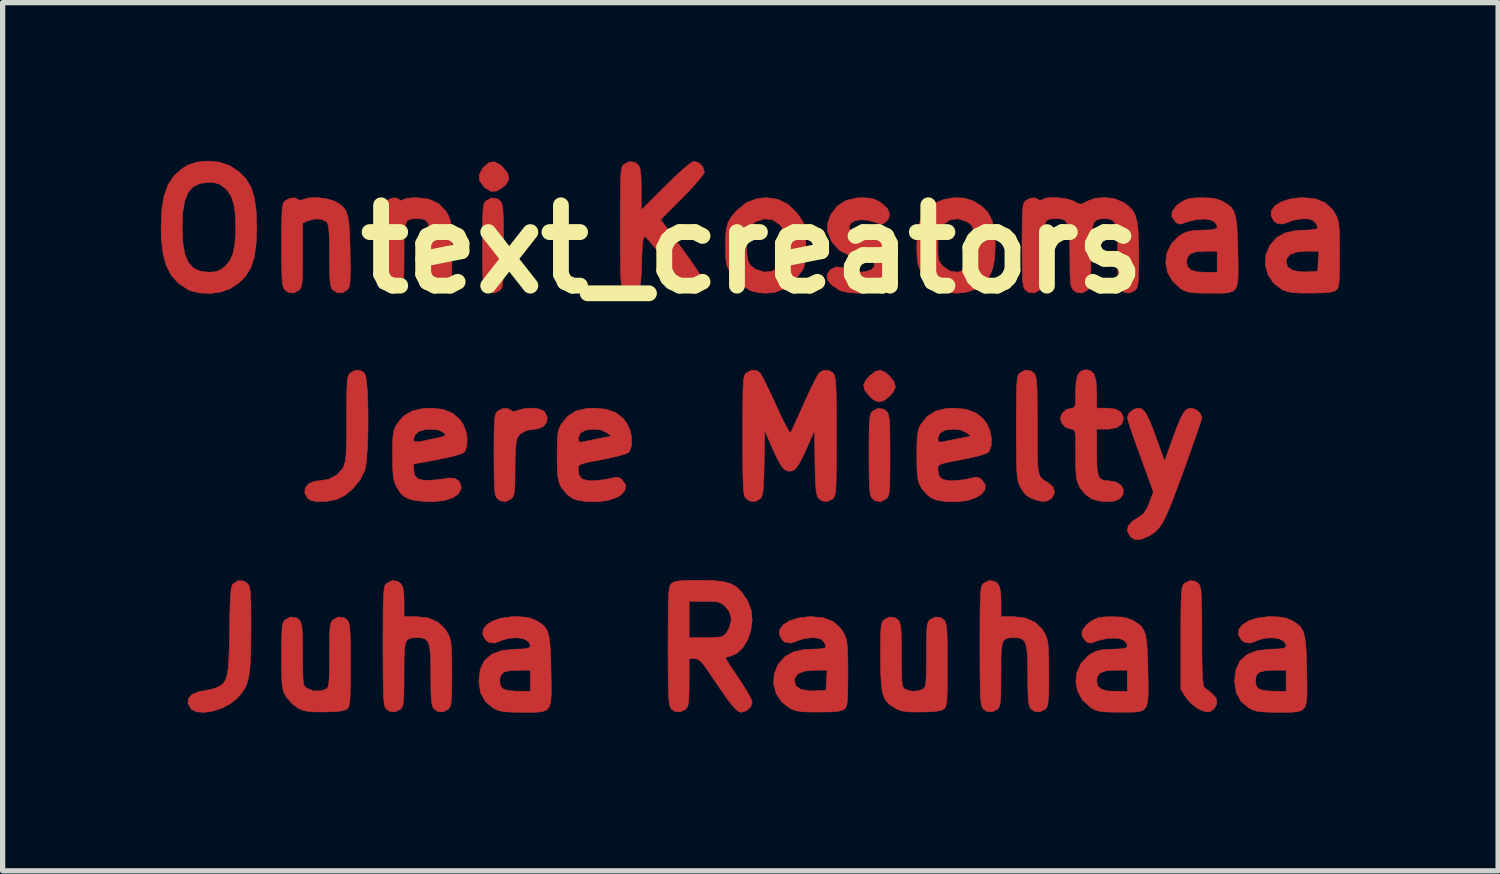
<source format=kicad_pcb>
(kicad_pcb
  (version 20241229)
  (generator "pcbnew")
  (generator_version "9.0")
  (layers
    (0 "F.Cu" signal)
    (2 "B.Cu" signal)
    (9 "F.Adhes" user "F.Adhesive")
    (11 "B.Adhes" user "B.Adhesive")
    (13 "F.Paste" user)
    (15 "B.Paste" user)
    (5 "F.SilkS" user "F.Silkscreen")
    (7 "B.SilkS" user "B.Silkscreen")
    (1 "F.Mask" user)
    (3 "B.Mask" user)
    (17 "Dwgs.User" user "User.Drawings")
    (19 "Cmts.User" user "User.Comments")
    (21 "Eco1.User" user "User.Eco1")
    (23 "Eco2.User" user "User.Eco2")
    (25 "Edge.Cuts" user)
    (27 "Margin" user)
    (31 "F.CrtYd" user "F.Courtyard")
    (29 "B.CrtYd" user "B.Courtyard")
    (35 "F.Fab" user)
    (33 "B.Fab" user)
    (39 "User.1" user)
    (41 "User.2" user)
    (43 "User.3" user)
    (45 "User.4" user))
  (footprint "text_creators"
    (layer "F.Cu")
    (at 11.217 1.678)
    (property "Reference" "text_creators" (at 0 0 0) (layer "F.SilkS") (effects (font (size 1.524 1.524) (thickness 0.3))))
    (attr through_hole)
    (fp_poly (pts (xy -4.789 -1.609) (xy -4.724 -1.549) (xy -4.636 -1.434) (xy -4.616 -1.334) (xy -4.663 -1.238) (xy -4.72 -1.183) (xy -4.843 -1.106) (xy -4.954 -1.099) (xy -5.062 -1.162) (xy -5.091 -1.19) (xy -5.17 -1.301) (xy -5.18 -1.408) (xy -5.121 -1.524) (xy -5.095 -1.558) (xy -4.995 -1.644) (xy -4.896 -1.661) (xy -4.789 -1.609)) (stroke (width 0.01) (type solid)) (fill yes) (layer "F.Cu"))
    (fp_poly (pts (xy 2.532 2.339) (xy 2.605 2.406) (xy 2.693 2.517) (xy 2.714 2.615) (xy 2.669 2.713) (xy 2.602 2.787) (xy 2.49 2.874) (xy 2.393 2.895) (xy 2.294 2.85) (xy 2.221 2.783) (xy 2.133 2.671) (xy 2.112 2.574) (xy 2.157 2.476) (xy 2.224 2.402) (xy 2.336 2.315) (xy 2.433 2.294) (xy 2.532 2.339)) (stroke (width 0.01) (type solid)) (fill yes) (layer "F.Cu"))
    (fp_poly (pts (xy -4.841 -0.961) (xy -4.777 -0.913) (xy -4.757 -0.883) (xy -4.742 -0.835) (xy -4.731 -0.761) (xy -4.724 -0.651) (xy -4.72 -0.496) (xy -4.718 -0.285) (xy -4.717 -0.066) (xy -4.718 0.193) (xy -4.72 0.39) (xy -4.724 0.533) (xy -4.731 0.633) (xy -4.742 0.699) (xy -4.757 0.741) (xy -4.778 0.769) (xy -4.784 0.775) (xy -4.887 0.829) (xy -4.992 0.816) (xy -5.056 0.768) (xy -5.076 0.738) (xy -5.092 0.69) (xy -5.102 0.616) (xy -5.11 0.506) (xy -5.114 0.351) (xy -5.116 0.14) (xy -5.116 -0.079) (xy -5.116 -0.338) (xy -5.114 -0.535) (xy -5.11 -0.679) (xy -5.103 -0.778) (xy -5.092 -0.845) (xy -5.076 -0.887) (xy -5.056 -0.914) (xy -5.05 -0.92) (xy -4.946 -0.974) (xy -4.841 -0.961)) (stroke (width 0.01) (type solid)) (fill yes) (layer "F.Cu"))
    (fp_poly (pts (xy 2.489 3.03) (xy 2.553 3.078) (xy 2.573 3.109) (xy 2.588 3.157) (xy 2.599 3.232) (xy 2.606 3.343) (xy 2.61 3.501) (xy 2.612 3.714) (xy 2.613 3.907) (xy 2.612 4.163) (xy 2.61 4.357) (xy 2.606 4.497) (xy 2.598 4.595) (xy 2.587 4.659) (xy 2.571 4.699) (xy 2.55 4.726) (xy 2.546 4.73) (xy 2.442 4.784) (xy 2.337 4.771) (xy 2.273 4.723) (xy 2.253 4.692) (xy 2.238 4.644) (xy 2.227 4.57) (xy 2.22 4.458) (xy 2.216 4.301) (xy 2.214 4.087) (xy 2.213 3.894) (xy 2.214 3.638) (xy 2.216 3.445) (xy 2.22 3.304) (xy 2.228 3.207) (xy 2.239 3.143) (xy 2.255 3.102) (xy 2.276 3.075) (xy 2.28 3.072) (xy 2.384 3.018) (xy 2.489 3.03)) (stroke (width 0.01) (type solid)) (fill yes) (layer "F.Cu"))
    (fp_poly (pts (xy 8.403 6.296) (xy 8.467 6.344) (xy 8.486 6.372) (xy 8.5 6.415) (xy 8.511 6.483) (xy 8.518 6.584) (xy 8.523 6.726) (xy 8.526 6.919) (xy 8.527 7.171) (xy 8.527 7.34) (xy 8.528 7.645) (xy 8.531 7.884) (xy 8.536 8.064) (xy 8.545 8.189) (xy 8.556 8.268) (xy 8.57 8.306) (xy 8.572 8.308) (xy 8.632 8.356) (xy 8.715 8.419) (xy 8.718 8.421) (xy 8.798 8.515) (xy 8.813 8.617) (xy 8.761 8.712) (xy 8.751 8.721) (xy 8.682 8.767) (xy 8.608 8.773) (xy 8.506 8.737) (xy 8.445 8.706) (xy 8.338 8.628) (xy 8.24 8.521) (xy 8.219 8.491) (xy 8.128 8.347) (xy 8.128 7.372) (xy 8.128 7.079) (xy 8.13 6.85) (xy 8.133 6.677) (xy 8.138 6.55) (xy 8.145 6.462) (xy 8.156 6.404) (xy 8.171 6.366) (xy 8.19 6.342) (xy 8.194 6.337) (xy 8.298 6.283) (xy 8.403 6.296)) (stroke (width 0.01) (type solid)) (fill yes) (layer "F.Cu"))
    (fp_poly (pts (xy -7.417 2.305) (xy -7.353 2.352) (xy -7.331 2.414) (xy -7.313 2.535) (xy -7.3 2.703) (xy -7.291 2.906) (xy -7.287 3.13) (xy -7.287 3.363) (xy -7.292 3.592) (xy -7.302 3.805) (xy -7.316 3.989) (xy -7.335 4.131) (xy -7.354 4.208) (xy -7.443 4.38) (xy -7.574 4.539) (xy -7.726 4.666) (xy -7.882 4.743) (xy -7.893 4.746) (xy -8.084 4.783) (xy -8.249 4.787) (xy -8.375 4.761) (xy -8.431 4.723) (xy -8.487 4.622) (xy -8.478 4.525) (xy -8.414 4.447) (xy -8.302 4.399) (xy -8.216 4.391) (xy -8.034 4.361) (xy -7.879 4.28) (xy -7.768 4.158) (xy -7.756 4.137) (xy -7.735 4.085) (xy -7.719 4.022) (xy -7.707 3.935) (xy -7.7 3.814) (xy -7.695 3.65) (xy -7.693 3.433) (xy -7.693 3.208) (xy -7.692 2.944) (xy -7.69 2.744) (xy -7.686 2.597) (xy -7.68 2.494) (xy -7.669 2.426) (xy -7.654 2.382) (xy -7.635 2.354) (xy -7.626 2.346) (xy -7.522 2.292) (xy -7.417 2.305)) (stroke (width 0.01) (type solid)) (fill yes) (layer "F.Cu"))
    (fp_poly (pts (xy -4.054 3.026) (xy -3.959 3.063) (xy -3.943 3.078) (xy -3.889 3.179) (xy -3.898 3.278) (xy -3.96 3.359) (xy -4.068 3.405) (xy -4.129 3.411) (xy -4.288 3.436) (xy -4.407 3.507) (xy -4.459 3.58) (xy -4.475 3.652) (xy -4.488 3.782) (xy -4.496 3.956) (xy -4.499 4.161) (xy -4.499 4.169) (xy -4.5 4.373) (xy -4.505 4.517) (xy -4.513 4.613) (xy -4.528 4.675) (xy -4.55 4.714) (xy -4.566 4.73) (xy -4.67 4.784) (xy -4.775 4.771) (xy -4.839 4.723) (xy -4.859 4.692) (xy -4.874 4.644) (xy -4.885 4.57) (xy -4.892 4.458) (xy -4.896 4.301) (xy -4.898 4.087) (xy -4.899 3.894) (xy -4.898 3.638) (xy -4.896 3.445) (xy -4.892 3.304) (xy -4.884 3.207) (xy -4.873 3.143) (xy -4.857 3.102) (xy -4.836 3.075) (xy -4.832 3.072) (xy -4.735 3.02) (xy -4.635 3.021) (xy -4.58 3.054) (xy -4.529 3.079) (xy -4.45 3.057) (xy -4.444 3.054) (xy -4.323 3.02) (xy -4.184 3.011) (xy -4.054 3.026)) (stroke (width 0.01) (type solid)) (fill yes) (layer "F.Cu"))
    (fp_poly (pts (xy -9.645 6.291) (xy -9.567 6.344) (xy -9.547 6.374) (xy -9.532 6.421) (xy -9.521 6.494) (xy -9.514 6.603) (xy -9.509 6.757) (xy -9.507 6.965) (xy -9.507 7.208) (xy -9.509 7.518) (xy -9.515 7.765) (xy -9.528 7.96) (xy -9.55 8.113) (xy -9.583 8.235) (xy -9.628 8.335) (xy -9.689 8.423) (xy -9.766 8.511) (xy -9.767 8.512) (xy -9.898 8.618) (xy -10.056 8.701) (xy -10.225 8.757) (xy -10.389 8.782) (xy -10.53 8.774) (xy -10.632 8.727) (xy -10.644 8.715) (xy -10.702 8.613) (xy -10.693 8.519) (xy -10.624 8.441) (xy -10.498 8.389) (xy -10.412 8.374) (xy -10.283 8.351) (xy -10.166 8.316) (xy -10.14 8.305) (xy -10.076 8.269) (xy -10.025 8.225) (xy -9.987 8.162) (xy -9.96 8.073) (xy -9.94 7.948) (xy -9.927 7.778) (xy -9.919 7.555) (xy -9.914 7.27) (xy -9.913 7.222) (xy -9.909 6.95) (xy -9.903 6.742) (xy -9.896 6.588) (xy -9.887 6.48) (xy -9.875 6.408) (xy -9.858 6.363) (xy -9.844 6.342) (xy -9.75 6.285) (xy -9.645 6.291)) (stroke (width 0.01) (type solid)) (fill yes) (layer "F.Cu"))
    (fp_poly (pts (xy 5.283 2.305) (xy 5.347 2.352) (xy 5.365 2.38) (xy 5.379 2.424) (xy 5.39 2.492) (xy 5.398 2.593) (xy 5.403 2.735) (xy 5.405 2.928) (xy 5.406 3.18) (xy 5.407 3.349) (xy 5.407 3.636) (xy 5.408 3.86) (xy 5.411 4.029) (xy 5.42 4.154) (xy 5.435 4.242) (xy 5.458 4.303) (xy 5.49 4.346) (xy 5.535 4.38) (xy 5.592 4.415) (xy 5.615 4.428) (xy 5.707 4.512) (xy 5.733 4.609) (xy 5.691 4.704) (xy 5.667 4.73) (xy 5.582 4.778) (xy 5.475 4.779) (xy 5.352 4.746) (xy 5.238 4.696) (xy 5.16 4.629) (xy 5.092 4.522) (xy 5.077 4.494) (xy 5.056 4.448) (xy 5.04 4.395) (xy 5.028 4.326) (xy 5.019 4.232) (xy 5.013 4.103) (xy 5.01 3.931) (xy 5.008 3.706) (xy 5.007 3.418) (xy 5.007 3.382) (xy 5.008 3.089) (xy 5.009 2.859) (xy 5.012 2.686) (xy 5.017 2.559) (xy 5.025 2.471) (xy 5.035 2.412) (xy 5.05 2.375) (xy 5.069 2.351) (xy 5.074 2.346) (xy 5.178 2.292) (xy 5.283 2.305)) (stroke (width 0.01) (type solid)) (fill yes) (layer "F.Cu"))
    (fp_poly (pts (xy 8.415 3.04) (xy 8.491 3.106) (xy 8.527 3.186) (xy 8.527 3.193) (xy 8.515 3.239) (xy 8.481 3.343) (xy 8.429 3.498) (xy 8.361 3.693) (xy 8.28 3.919) (xy 8.191 4.168) (xy 8.177 4.206) (xy 8.064 4.513) (xy 7.971 4.759) (xy 7.893 4.952) (xy 7.826 5.101) (xy 7.765 5.213) (xy 7.705 5.295) (xy 7.644 5.357) (xy 7.576 5.406) (xy 7.504 5.446) (xy 7.365 5.503) (xy 7.263 5.507) (xy 7.182 5.46) (xy 7.172 5.449) (xy 7.114 5.347) (xy 7.129 5.248) (xy 7.215 5.152) (xy 7.346 5.071) (xy 7.425 5.008) (xy 7.492 4.902) (xy 7.531 4.808) (xy 7.608 4.6) (xy 7.361 3.924) (xy 7.284 3.713) (xy 7.218 3.523) (xy 7.164 3.366) (xy 7.128 3.252) (xy 7.113 3.193) (xy 7.113 3.19) (xy 7.143 3.112) (xy 7.217 3.045) (xy 7.306 3.012) (xy 7.318 3.012) (xy 7.375 3.022) (xy 7.427 3.06) (xy 7.479 3.135) (xy 7.537 3.255) (xy 7.607 3.43) (xy 7.661 3.579) (xy 7.819 4.019) (xy 7.977 3.579) (xy 8.057 3.364) (xy 8.122 3.21) (xy 8.177 3.107) (xy 8.229 3.046) (xy 8.282 3.017) (xy 8.328 3.012) (xy 8.415 3.04)) (stroke (width 0.01) (type solid)) (fill yes) (layer "F.Cu"))
    (fp_poly (pts (xy -10.114 -1.653) (xy -9.932 -1.596) (xy -9.901 -1.58) (xy -9.728 -1.465) (xy -9.596 -1.33) (xy -9.502 -1.165) (xy -9.44 -0.961) (xy -9.407 -0.706) (xy -9.398 -0.417) (xy -9.409 -0.107) (xy -9.444 0.143) (xy -9.508 0.344) (xy -9.605 0.506) (xy -9.739 0.639) (xy -9.901 0.746) (xy -10.067 0.807) (xy -10.265 0.836) (xy -10.468 0.83) (xy -10.646 0.789) (xy -10.704 0.763) (xy -10.882 0.644) (xy -11.018 0.495) (xy -11.115 0.307) (xy -11.177 0.072) (xy -11.208 -0.217) (xy -11.212 -0.417) (xy -10.812 -0.417) (xy -10.8 -0.134) (xy -10.763 0.086) (xy -10.697 0.248) (xy -10.599 0.356) (xy -10.467 0.417) (xy -10.301 0.435) (xy -10.173 0.425) (xy -10.075 0.384) (xy -10.002 0.327) (xy -9.914 0.226) (xy -9.853 0.098) (xy -9.816 -0.071) (xy -9.799 -0.293) (xy -9.797 -0.417) (xy -9.805 -0.668) (xy -9.833 -0.859) (xy -9.882 -1.005) (xy -9.957 -1.117) (xy -10.002 -1.161) (xy -10.102 -1.234) (xy -10.204 -1.265) (xy -10.301 -1.27) (xy -10.471 -1.251) (xy -10.603 -1.188) (xy -10.699 -1.079) (xy -10.764 -0.915) (xy -10.801 -0.694) (xy -10.812 -0.417) (xy -11.212 -0.417) (xy -11.199 -0.743) (xy -11.156 -1.009) (xy -11.079 -1.224) (xy -10.967 -1.395) (xy -10.814 -1.53) (xy -10.697 -1.6) (xy -10.525 -1.656) (xy -10.321 -1.673) (xy -10.114 -1.653)) (stroke (width 0.01) (type solid)) (fill yes) (layer "F.Cu"))
    (fp_poly (pts (xy 4.021 -0.971) (xy 4.184 -0.921) (xy 4.352 -0.818) (xy 4.472 -0.696) (xy 4.55 -0.543) (xy 4.594 -0.347) (xy 4.608 -0.095) (xy 4.608 -0.073) (xy 4.596 0.184) (xy 4.555 0.385) (xy 4.479 0.541) (xy 4.363 0.664) (xy 4.199 0.768) (xy 4.184 0.776) (xy 4.051 0.816) (xy 3.883 0.832) (xy 3.712 0.822) (xy 3.569 0.788) (xy 3.538 0.774) (xy 3.409 0.694) (xy 3.313 0.601) (xy 3.225 0.467) (xy 3.211 0.443) (xy 3.168 0.357) (xy 3.141 0.273) (xy 3.127 0.169) (xy 3.121 0.026) (xy 3.121 -0.073) (xy 3.52 -0.073) (xy 3.521 0.077) (xy 3.53 0.174) (xy 3.552 0.239) (xy 3.592 0.294) (xy 3.626 0.329) (xy 3.757 0.416) (xy 3.905 0.433) (xy 4.061 0.382) (xy 4.128 0.341) (xy 4.172 0.289) (xy 4.196 0.212) (xy 4.207 0.093) (xy 4.209 -0.073) (xy 4.206 -0.246) (xy 4.195 -0.362) (xy 4.17 -0.438) (xy 4.126 -0.488) (xy 4.061 -0.527) (xy 3.9 -0.579) (xy 3.752 -0.559) (xy 3.626 -0.475) (xy 3.573 -0.417) (xy 3.541 -0.36) (xy 3.526 -0.284) (xy 3.52 -0.169) (xy 3.52 -0.073) (xy 3.121 -0.073) (xy 3.121 -0.075) (xy 3.128 -0.289) (xy 3.153 -0.452) (xy 3.204 -0.587) (xy 3.286 -0.714) (xy 3.335 -0.775) (xy 3.464 -0.877) (xy 3.636 -0.946) (xy 3.83 -0.979) (xy 4.021 -0.971)) (stroke (width 0.01) (type solid)) (fill yes) (layer "F.Cu"))
    (fp_poly (pts (xy 0.488 -0.948) (xy 0.679 -0.851) (xy 0.848 -0.686) (xy 0.93 -0.572) (xy 0.97 -0.501) (xy 0.996 -0.427) (xy 1.01 -0.331) (xy 1.015 -0.195) (xy 1.016 -0.072) (xy 1.013 0.117) (xy 1.001 0.25) (xy 0.979 0.341) (xy 0.955 0.391) (xy 0.796 0.601) (xy 0.622 0.742) (xy 0.426 0.817) (xy 0.264 0.833) (xy 0.12 0.822) (xy -0.006 0.794) (xy -0.054 0.774) (xy -0.25 0.637) (xy -0.41 0.444) (xy -0.422 0.427) (xy -0.462 0.356) (xy -0.488 0.282) (xy -0.502 0.186) (xy -0.507 0.05) (xy -0.508 -0.073) (xy -0.109 -0.073) (xy -0.102 0.104) (xy -0.079 0.225) (xy -0.031 0.307) (xy 0.046 0.368) (xy 0.064 0.379) (xy 0.225 0.432) (xy 0.376 0.416) (xy 0.508 0.332) (xy 0.511 0.329) (xy 0.564 0.272) (xy 0.595 0.215) (xy 0.611 0.139) (xy 0.616 0.023) (xy 0.617 -0.073) (xy 0.615 -0.222) (xy 0.606 -0.319) (xy 0.585 -0.384) (xy 0.545 -0.439) (xy 0.511 -0.475) (xy 0.38 -0.561) (xy 0.231 -0.578) (xy 0.072 -0.526) (xy -0.015 -0.468) (xy -0.069 -0.393) (xy -0.098 -0.283) (xy -0.109 -0.122) (xy -0.109 -0.073) (xy -0.508 -0.073) (xy -0.508 -0.073) (xy -0.505 -0.264) (xy -0.49 -0.403) (xy -0.458 -0.511) (xy -0.401 -0.608) (xy -0.313 -0.715) (xy -0.293 -0.738) (xy -0.117 -0.882) (xy 0.094 -0.962) (xy 0.272 -0.98) (xy 0.488 -0.948)) (stroke (width 0.01) (type solid)) (fill yes) (layer "F.Cu"))
    (fp_poly (pts (xy 6.425 2.306) (xy 6.484 2.371) (xy 6.518 2.489) (xy 6.531 2.668) (xy 6.531 2.715) (xy 6.531 3.012) (xy 6.725 3.012) (xy 6.89 3.031) (xy 6.994 3.091) (xy 7.038 3.19) (xy 7.039 3.218) (xy 7.007 3.316) (xy 6.914 3.381) (xy 6.764 3.41) (xy 6.719 3.411) (xy 6.531 3.411) (xy 6.531 3.831) (xy 6.534 4.044) (xy 6.544 4.195) (xy 6.566 4.295) (xy 6.604 4.354) (xy 6.663 4.382) (xy 6.746 4.39) (xy 6.763 4.391) (xy 6.897 4.414) (xy 6.992 4.474) (xy 7.039 4.557) (xy 7.03 4.652) (xy 6.973 4.73) (xy 6.883 4.772) (xy 6.75 4.787) (xy 6.601 4.777) (xy 6.461 4.741) (xy 6.424 4.724) (xy 6.318 4.646) (xy 6.225 4.534) (xy 6.216 4.518) (xy 6.182 4.451) (xy 6.158 4.381) (xy 6.144 4.294) (xy 6.136 4.173) (xy 6.133 4.004) (xy 6.133 3.892) (xy 6.132 3.697) (xy 6.13 3.564) (xy 6.123 3.48) (xy 6.11 3.434) (xy 6.09 3.415) (xy 6.059 3.411) (xy 6.047 3.411) (xy 5.947 3.379) (xy 5.87 3.299) (xy 5.842 3.205) (xy 5.874 3.114) (xy 5.953 3.042) (xy 6.052 3.012) (xy 6.053 3.012) (xy 6.092 3.007) (xy 6.115 2.984) (xy 6.127 2.927) (xy 6.132 2.823) (xy 6.132 2.709) (xy 6.141 2.52) (xy 6.168 2.393) (xy 6.22 2.319) (xy 6.3 2.288) (xy 6.338 2.286) (xy 6.425 2.306)) (stroke (width 0.01) (type solid)) (fill yes) (layer "F.Cu"))
    (fp_poly (pts (xy 2.222 -0.971) (xy 2.328 -0.945) (xy 2.427 -0.892) (xy 2.449 -0.877) (xy 2.562 -0.775) (xy 2.606 -0.672) (xy 2.581 -0.574) (xy 2.54 -0.526) (xy 2.48 -0.482) (xy 2.421 -0.48) (xy 2.348 -0.507) (xy 2.203 -0.55) (xy 2.061 -0.56) (xy 1.941 -0.54) (xy 1.866 -0.49) (xy 1.865 -0.488) (xy 1.834 -0.422) (xy 1.854 -0.361) (xy 1.871 -0.334) (xy 1.922 -0.284) (xy 1.998 -0.259) (xy 2.116 -0.252) (xy 2.333 -0.223) (xy 2.503 -0.139) (xy 2.628 0.001) (xy 2.638 0.018) (xy 2.708 0.197) (xy 2.708 0.367) (xy 2.644 0.527) (xy 2.523 0.68) (xy 2.369 0.778) (xy 2.171 0.826) (xy 2.024 0.833) (xy 1.83 0.821) (xy 1.687 0.79) (xy 1.651 0.774) (xy 1.504 0.677) (xy 1.426 0.578) (xy 1.417 0.481) (xy 1.48 0.388) (xy 1.482 0.387) (xy 1.586 0.333) (xy 1.709 0.348) (xy 1.778 0.381) (xy 1.885 0.419) (xy 2.017 0.433) (xy 2.146 0.425) (xy 2.243 0.395) (xy 2.265 0.378) (xy 2.312 0.324) (xy 2.315 0.278) (xy 2.285 0.215) (xy 2.247 0.173) (xy 2.178 0.151) (xy 2.058 0.145) (xy 2.048 0.145) (xy 1.836 0.113) (xy 1.657 0.022) (xy 1.521 -0.124) (xy 1.488 -0.18) (xy 1.428 -0.339) (xy 1.425 -0.483) (xy 1.481 -0.639) (xy 1.488 -0.655) (xy 1.609 -0.818) (xy 1.775 -0.925) (xy 1.985 -0.975) (xy 2.077 -0.979) (xy 2.222 -0.971)) (stroke (width 0.01) (type solid)) (fill yes) (layer "F.Cu"))
    (fp_poly (pts (xy -8.096 -0.963) (xy -7.949 -0.923) (xy -7.892 -0.896) (xy -7.809 -0.844) (xy -7.747 -0.788) (xy -7.701 -0.715) (xy -7.669 -0.617) (xy -7.649 -0.482) (xy -7.636 -0.3) (xy -7.629 -0.06) (xy -7.627 0.049) (xy -7.623 0.285) (xy -7.623 0.459) (xy -7.627 0.582) (xy -7.635 0.665) (xy -7.649 0.719) (xy -7.669 0.755) (xy -7.678 0.766) (xy -7.773 0.826) (xy -7.879 0.822) (xy -7.959 0.768) (xy -7.982 0.733) (xy -7.999 0.677) (xy -8.009 0.591) (xy -8.016 0.462) (xy -8.019 0.279) (xy -8.019 0.118) (xy -8.02 -0.109) (xy -8.024 -0.274) (xy -8.032 -0.389) (xy -8.045 -0.463) (xy -8.063 -0.508) (xy -8.076 -0.524) (xy -8.169 -0.57) (xy -8.295 -0.576) (xy -8.429 -0.541) (xy -8.435 -0.538) (xy -8.527 -0.496) (xy -8.527 0.109) (xy -8.528 0.335) (xy -8.531 0.5) (xy -8.537 0.614) (xy -8.548 0.69) (xy -8.564 0.737) (xy -8.587 0.769) (xy -8.594 0.775) (xy -8.697 0.829) (xy -8.802 0.816) (xy -8.866 0.768) (xy -8.886 0.738) (xy -8.902 0.69) (xy -8.912 0.616) (xy -8.92 0.506) (xy -8.924 0.351) (xy -8.926 0.14) (xy -8.926 -0.079) (xy -8.926 -0.338) (xy -8.924 -0.535) (xy -8.92 -0.679) (xy -8.913 -0.778) (xy -8.902 -0.845) (xy -8.886 -0.887) (xy -8.866 -0.914) (xy -8.86 -0.92) (xy -8.777 -0.966) (xy -8.688 -0.978) (xy -8.624 -0.951) (xy -8.618 -0.943) (xy -8.57 -0.927) (xy -8.527 -0.943) (xy -8.413 -0.975) (xy -8.26 -0.981) (xy -8.096 -0.963)) (stroke (width 0.01) (type solid)) (fill yes) (layer "F.Cu"))
    (fp_poly (pts (xy -4.326 6.974) (xy -4.204 6.997) (xy -4.098 7.041) (xy -4.082 7.05) (xy -3.999 7.102) (xy -3.937 7.159) (xy -3.891 7.231) (xy -3.859 7.329) (xy -3.839 7.464) (xy -3.826 7.647) (xy -3.819 7.887) (xy -3.817 7.996) (xy -3.812 8.254) (xy -3.812 8.448) (xy -3.824 8.588) (xy -3.852 8.682) (xy -3.904 8.739) (xy -3.986 8.769) (xy -4.102 8.78) (xy -4.261 8.781) (xy -4.351 8.781) (xy -4.54 8.779) (xy -4.674 8.772) (xy -4.77 8.758) (xy -4.845 8.734) (xy -4.917 8.698) (xy -5.063 8.576) (xy -5.153 8.41) (xy -5.185 8.199) (xy -5.185 8.182) (xy -5.185 8.182) (xy -4.79 8.182) (xy -4.777 8.275) (xy -4.731 8.335) (xy -4.639 8.367) (xy -4.491 8.38) (xy -4.436 8.381) (xy -4.209 8.382) (xy -4.209 7.983) (xy -4.429 7.983) (xy -4.599 7.991) (xy -4.708 8.018) (xy -4.767 8.071) (xy -4.789 8.156) (xy -4.79 8.182) (xy -5.185 8.182) (xy -5.159 7.968) (xy -5.08 7.802) (xy -4.947 7.684) (xy -4.758 7.611) (xy -4.514 7.585) (xy -4.49 7.584) (xy -4.329 7.578) (xy -4.235 7.558) (xy -4.203 7.521) (xy -4.23 7.463) (xy -4.266 7.423) (xy -4.346 7.385) (xy -4.466 7.368) (xy -4.6 7.375) (xy -4.72 7.404) (xy -4.753 7.42) (xy -4.888 7.469) (xy -5 7.452) (xy -5.056 7.409) (xy -5.112 7.307) (xy -5.103 7.21) (xy -5.037 7.121) (xy -4.92 7.048) (xy -4.76 6.995) (xy -4.565 6.969) (xy -4.492 6.967) (xy -4.326 6.974)) (stroke (width 0.01) (type solid)) (fill yes) (layer "F.Cu"))
    (fp_poly (pts (xy 10.007 6.974) (xy 10.129 6.997) (xy 10.235 7.041) (xy 10.251 7.05) (xy 10.333 7.102) (xy 10.396 7.159) (xy 10.442 7.231) (xy 10.473 7.329) (xy 10.494 7.464) (xy 10.507 7.647) (xy 10.514 7.887) (xy 10.516 7.996) (xy 10.521 8.254) (xy 10.521 8.448) (xy 10.509 8.588) (xy 10.481 8.682) (xy 10.429 8.739) (xy 10.347 8.769) (xy 10.231 8.78) (xy 10.072 8.781) (xy 9.982 8.781) (xy 9.793 8.779) (xy 9.659 8.772) (xy 9.563 8.758) (xy 9.488 8.734) (xy 9.416 8.698) (xy 9.27 8.576) (xy 9.18 8.41) (xy 9.148 8.199) (xy 9.147 8.182) (xy 9.148 8.182) (xy 9.543 8.182) (xy 9.556 8.275) (xy 9.602 8.335) (xy 9.694 8.367) (xy 9.842 8.38) (xy 9.897 8.381) (xy 10.124 8.382) (xy 10.124 7.983) (xy 9.904 7.983) (xy 9.734 7.991) (xy 9.625 8.018) (xy 9.565 8.071) (xy 9.544 8.156) (xy 9.543 8.182) (xy 9.148 8.182) (xy 9.174 7.968) (xy 9.253 7.802) (xy 9.386 7.684) (xy 9.575 7.611) (xy 9.819 7.585) (xy 9.842 7.584) (xy 10.004 7.578) (xy 10.098 7.558) (xy 10.13 7.521) (xy 10.103 7.463) (xy 10.067 7.423) (xy 9.987 7.385) (xy 9.866 7.368) (xy 9.732 7.375) (xy 9.613 7.404) (xy 9.579 7.42) (xy 9.445 7.469) (xy 9.333 7.452) (xy 9.277 7.409) (xy 9.22 7.307) (xy 9.229 7.21) (xy 9.296 7.121) (xy 9.413 7.048) (xy 9.573 6.995) (xy 9.768 6.969) (xy 9.841 6.967) (xy 10.007 6.974)) (stroke (width 0.01) (type solid)) (fill yes) (layer "F.Cu"))
    (fp_poly (pts (xy 6.987 6.974) (xy 7.106 6.994) (xy 7.207 7.033) (xy 7.239 7.05) (xy 7.322 7.102) (xy 7.384 7.159) (xy 7.43 7.231) (xy 7.462 7.329) (xy 7.482 7.464) (xy 7.495 7.647) (xy 7.502 7.887) (xy 7.504 7.996) (xy 7.509 8.254) (xy 7.509 8.448) (xy 7.497 8.588) (xy 7.469 8.682) (xy 7.417 8.739) (xy 7.336 8.769) (xy 7.219 8.779) (xy 7.061 8.78) (xy 6.97 8.779) (xy 6.784 8.777) (xy 6.654 8.77) (xy 6.563 8.757) (xy 6.494 8.734) (xy 6.431 8.699) (xy 6.419 8.691) (xy 6.266 8.553) (xy 6.172 8.386) (xy 6.136 8.205) (xy 6.138 8.182) (xy 6.531 8.182) (xy 6.552 8.28) (xy 6.618 8.342) (xy 6.738 8.375) (xy 6.879 8.382) (xy 7.112 8.382) (xy 7.112 7.983) (xy 6.879 7.983) (xy 6.709 7.994) (xy 6.6 8.033) (xy 6.544 8.102) (xy 6.531 8.182) (xy 6.138 8.182) (xy 6.157 8.022) (xy 6.236 7.851) (xy 6.372 7.707) (xy 6.44 7.662) (xy 6.536 7.617) (xy 6.649 7.592) (xy 6.803 7.584) (xy 6.842 7.584) (xy 7 7.577) (xy 7.09 7.557) (xy 7.117 7.518) (xy 7.086 7.457) (xy 7.052 7.42) (xy 6.973 7.384) (xy 6.849 7.373) (xy 6.702 7.386) (xy 6.555 7.421) (xy 6.506 7.44) (xy 6.421 7.469) (xy 6.364 7.46) (xy 6.314 7.421) (xy 6.252 7.327) (xy 6.26 7.226) (xy 6.337 7.123) (xy 6.404 7.069) (xy 6.492 7.016) (xy 6.576 6.985) (xy 6.684 6.972) (xy 6.822 6.969) (xy 6.987 6.974)) (stroke (width 0.01) (type solid)) (fill yes) (layer "F.Cu"))
    (fp_poly (pts (xy 8.692 -0.973) (xy 8.812 -0.953) (xy 8.913 -0.913) (xy 8.944 -0.896) (xy 9.027 -0.844) (xy 9.09 -0.788) (xy 9.136 -0.715) (xy 9.167 -0.617) (xy 9.188 -0.482) (xy 9.2 -0.3) (xy 9.208 -0.06) (xy 9.21 0.049) (xy 9.215 0.307) (xy 9.214 0.502) (xy 9.203 0.641) (xy 9.174 0.736) (xy 9.122 0.793) (xy 9.041 0.822) (xy 8.925 0.833) (xy 8.766 0.833) (xy 8.676 0.832) (xy 8.49 0.83) (xy 8.36 0.824) (xy 8.268 0.81) (xy 8.2 0.787) (xy 8.136 0.752) (xy 8.124 0.745) (xy 7.972 0.606) (xy 7.877 0.44) (xy 7.841 0.258) (xy 7.844 0.236) (xy 8.237 0.236) (xy 8.257 0.333) (xy 8.323 0.396) (xy 8.444 0.428) (xy 8.584 0.435) (xy 8.817 0.435) (xy 8.817 0.036) (xy 8.584 0.036) (xy 8.414 0.048) (xy 8.306 0.086) (xy 8.25 0.155) (xy 8.237 0.236) (xy 7.844 0.236) (xy 7.862 0.075) (xy 7.941 -0.095) (xy 8.078 -0.239) (xy 8.145 -0.285) (xy 8.242 -0.33) (xy 8.354 -0.354) (xy 8.508 -0.363) (xy 8.547 -0.363) (xy 8.705 -0.369) (xy 8.795 -0.39) (xy 8.823 -0.429) (xy 8.791 -0.49) (xy 8.757 -0.527) (xy 8.679 -0.562) (xy 8.555 -0.574) (xy 8.408 -0.561) (xy 8.261 -0.525) (xy 8.211 -0.506) (xy 8.127 -0.477) (xy 8.07 -0.487) (xy 8.019 -0.526) (xy 7.957 -0.62) (xy 7.965 -0.721) (xy 8.043 -0.824) (xy 8.11 -0.877) (xy 8.197 -0.931) (xy 8.281 -0.961) (xy 8.389 -0.975) (xy 8.527 -0.978) (xy 8.692 -0.973)) (stroke (width 0.01) (type solid)) (fill yes) (layer "F.Cu"))
    (fp_poly (pts (xy -5.867 3.035) (xy -5.686 3.107) (xy -5.545 3.232) (xy -5.484 3.319) (xy -5.431 3.45) (xy -5.407 3.594) (xy -5.413 3.729) (xy -5.449 3.83) (xy -5.47 3.854) (xy -5.529 3.881) (xy -5.644 3.916) (xy -5.797 3.953) (xy -5.973 3.989) (xy -5.978 3.99) (xy -6.423 4.071) (xy -6.423 4.174) (xy -6.404 4.284) (xy -6.342 4.352) (xy -6.229 4.381) (xy -6.081 4.378) (xy -5.941 4.365) (xy -5.814 4.348) (xy -5.75 4.336) (xy -5.64 4.343) (xy -5.557 4.402) (xy -5.52 4.5) (xy -5.522 4.541) (xy -5.57 4.636) (xy -5.679 4.711) (xy -5.839 4.763) (xy -6.038 4.786) (xy -6.096 4.786) (xy -6.246 4.78) (xy -6.382 4.766) (xy -6.475 4.746) (xy -6.477 4.746) (xy -6.591 4.696) (xy -6.669 4.629) (xy -6.737 4.522) (xy -6.752 4.494) (xy -6.782 4.422) (xy -6.803 4.338) (xy -6.815 4.225) (xy -6.821 4.068) (xy -6.822 3.901) (xy -6.821 3.709) (xy -6.817 3.596) (xy -6.423 3.596) (xy -6.419 3.629) (xy -6.402 3.648) (xy -6.359 3.652) (xy -6.278 3.642) (xy -6.149 3.616) (xy -5.977 3.578) (xy -5.872 3.553) (xy -5.826 3.532) (xy -5.829 3.505) (xy -5.856 3.474) (xy -5.942 3.43) (xy -6.067 3.412) (xy -6.201 3.419) (xy -6.315 3.452) (xy -6.342 3.467) (xy -6.403 3.535) (xy -6.423 3.596) (xy -6.817 3.596) (xy -6.816 3.573) (xy -6.805 3.477) (xy -6.786 3.406) (xy -6.756 3.343) (xy -6.731 3.302) (xy -6.607 3.158) (xy -6.446 3.065) (xy -6.239 3.018) (xy -6.097 3.012) (xy -5.867 3.035)) (stroke (width 0.01) (type solid)) (fill yes) (layer "F.Cu"))
    (fp_poly (pts (xy 1.357 6.991) (xy 1.54 7.065) (xy 1.678 7.191) (xy 1.741 7.292) (xy 1.768 7.353) (xy 1.788 7.42) (xy 1.801 7.507) (xy 1.809 7.625) (xy 1.813 7.788) (xy 1.814 8.01) (xy 1.814 8.048) (xy 1.813 8.277) (xy 1.81 8.443) (xy 1.804 8.56) (xy 1.793 8.636) (xy 1.777 8.684) (xy 1.754 8.714) (xy 1.751 8.718) (xy 1.705 8.744) (xy 1.627 8.762) (xy 1.506 8.772) (xy 1.328 8.776) (xy 1.27 8.777) (xy 1.077 8.776) (xy 0.94 8.769) (xy 0.841 8.754) (xy 0.763 8.729) (xy 0.717 8.706) (xy 0.56 8.586) (xy 0.454 8.427) (xy 0.405 8.245) (xy 0.408 8.182) (xy 0.798 8.182) (xy 0.83 8.283) (xy 0.923 8.347) (xy 1.078 8.374) (xy 1.179 8.374) (xy 1.397 8.364) (xy 1.408 8.173) (xy 1.419 7.983) (xy 1.189 7.983) (xy 0.998 7.999) (xy 0.87 8.047) (xy 0.807 8.128) (xy 0.798 8.182) (xy 0.408 8.182) (xy 0.415 8.055) (xy 0.49 7.874) (xy 0.49 7.874) (xy 0.615 7.729) (xy 0.777 7.636) (xy 0.986 7.59) (xy 1.121 7.584) (xy 1.25 7.58) (xy 1.347 7.569) (xy 1.393 7.554) (xy 1.393 7.553) (xy 1.389 7.504) (xy 1.357 7.444) (xy 1.303 7.393) (xy 1.221 7.371) (xy 1.132 7.367) (xy 1.007 7.379) (xy 0.899 7.408) (xy 0.871 7.42) (xy 0.737 7.469) (xy 0.624 7.452) (xy 0.568 7.409) (xy 0.512 7.308) (xy 0.522 7.21) (xy 0.588 7.121) (xy 0.705 7.047) (xy 0.864 6.994) (xy 1.058 6.969) (xy 1.124 6.967) (xy 1.357 6.991)) (stroke (width 0.01) (type solid)) (fill yes) (layer "F.Cu"))
    (fp_poly (pts (xy 10.682 -0.956) (xy 10.865 -0.882) (xy 11.003 -0.755) (xy 11.066 -0.655) (xy 11.094 -0.594) (xy 11.113 -0.526) (xy 11.127 -0.44) (xy 11.135 -0.321) (xy 11.139 -0.158) (xy 11.14 0.063) (xy 11.14 0.102) (xy 11.139 0.33) (xy 11.136 0.497) (xy 11.129 0.613) (xy 11.119 0.69) (xy 11.103 0.738) (xy 11.08 0.768) (xy 11.076 0.771) (xy 11.03 0.798) (xy 10.952 0.815) (xy 10.831 0.825) (xy 10.653 0.83) (xy 10.595 0.83) (xy 10.403 0.829) (xy 10.265 0.822) (xy 10.166 0.807) (xy 10.089 0.782) (xy 10.042 0.76) (xy 9.885 0.639) (xy 9.78 0.48) (xy 9.73 0.298) (xy 9.733 0.236) (xy 10.124 0.236) (xy 10.155 0.336) (xy 10.249 0.4) (xy 10.403 0.428) (xy 10.505 0.428) (xy 10.722 0.417) (xy 10.733 0.227) (xy 10.744 0.036) (xy 10.515 0.036) (xy 10.323 0.052) (xy 10.196 0.1) (xy 10.132 0.181) (xy 10.124 0.236) (xy 9.733 0.236) (xy 9.74 0.109) (xy 9.815 -0.072) (xy 9.815 -0.073) (xy 9.94 -0.218) (xy 10.103 -0.311) (xy 10.312 -0.357) (xy 10.447 -0.363) (xy 10.575 -0.367) (xy 10.672 -0.378) (xy 10.718 -0.392) (xy 10.719 -0.393) (xy 10.714 -0.442) (xy 10.683 -0.502) (xy 10.629 -0.553) (xy 10.546 -0.576) (xy 10.457 -0.579) (xy 10.333 -0.567) (xy 10.224 -0.539) (xy 10.196 -0.526) (xy 10.062 -0.478) (xy 9.949 -0.495) (xy 9.893 -0.538) (xy 9.838 -0.639) (xy 9.847 -0.737) (xy 9.914 -0.825) (xy 10.03 -0.899) (xy 10.189 -0.952) (xy 10.383 -0.978) (xy 10.449 -0.98) (xy 10.682 -0.956)) (stroke (width 0.01) (type solid)) (fill yes) (layer "F.Cu"))
    (fp_poly (pts (xy -6.132 -0.951) (xy -5.949 -0.866) (xy -5.811 -0.724) (xy -5.77 -0.655) (xy -5.743 -0.594) (xy -5.723 -0.526) (xy -5.71 -0.44) (xy -5.702 -0.321) (xy -5.698 -0.158) (xy -5.697 0.063) (xy -5.697 0.102) (xy -5.698 0.329) (xy -5.7 0.495) (xy -5.707 0.611) (xy -5.717 0.687) (xy -5.733 0.736) (xy -5.756 0.767) (xy -5.763 0.775) (xy -5.867 0.829) (xy -5.972 0.816) (xy -6.036 0.768) (xy -6.059 0.732) (xy -6.076 0.675) (xy -6.087 0.586) (xy -6.093 0.454) (xy -6.096 0.267) (xy -6.096 0.141) (xy -6.098 -0.106) (xy -6.106 -0.29) (xy -6.124 -0.42) (xy -6.154 -0.505) (xy -6.199 -0.554) (xy -6.262 -0.576) (xy -6.336 -0.581) (xy -6.429 -0.579) (xy -6.498 -0.567) (xy -6.546 -0.536) (xy -6.576 -0.475) (xy -6.594 -0.376) (xy -6.602 -0.228) (xy -6.604 -0.022) (xy -6.604 0.105) (xy -6.605 0.331) (xy -6.608 0.497) (xy -6.614 0.612) (xy -6.624 0.688) (xy -6.641 0.736) (xy -6.663 0.768) (xy -6.67 0.775) (xy -6.774 0.829) (xy -6.879 0.816) (xy -6.943 0.768) (xy -6.963 0.738) (xy -6.978 0.69) (xy -6.989 0.616) (xy -6.996 0.506) (xy -7.001 0.351) (xy -7.003 0.14) (xy -7.003 -0.079) (xy -7.003 -0.338) (xy -7.001 -0.535) (xy -6.997 -0.679) (xy -6.99 -0.778) (xy -6.979 -0.845) (xy -6.963 -0.887) (xy -6.943 -0.914) (xy -6.937 -0.92) (xy -6.852 -0.967) (xy -6.763 -0.977) (xy -6.698 -0.947) (xy -6.693 -0.94) (xy -6.657 -0.92) (xy -6.629 -0.94) (xy -6.574 -0.961) (xy -6.47 -0.975) (xy -6.36 -0.98) (xy -6.132 -0.951)) (stroke (width 0.01) (type solid)) (fill yes) (layer "F.Cu"))
    (fp_poly (pts (xy -2.774 3.033) (xy -2.587 3.099) (xy -2.443 3.213) (xy -2.377 3.302) (xy -2.315 3.437) (xy -2.286 3.585) (xy -2.289 3.722) (xy -2.326 3.827) (xy -2.349 3.854) (xy -2.409 3.881) (xy -2.523 3.916) (xy -2.676 3.953) (xy -2.853 3.989) (xy -2.857 3.99) (xy -3.042 4.024) (xy -3.167 4.051) (xy -3.244 4.074) (xy -3.284 4.098) (xy -3.3 4.128) (xy -3.302 4.161) (xy -3.285 4.284) (xy -3.228 4.356) (xy -3.119 4.387) (xy -3.047 4.391) (xy -2.898 4.381) (xy -2.745 4.357) (xy -2.705 4.347) (xy -2.6 4.324) (xy -2.535 4.327) (xy -2.481 4.36) (xy -2.467 4.373) (xy -2.403 4.466) (xy -2.409 4.56) (xy -2.483 4.651) (xy -2.575 4.708) (xy -2.734 4.762) (xy -2.93 4.788) (xy -3.133 4.787) (xy -3.315 4.758) (xy -3.41 4.724) (xy -3.516 4.646) (xy -3.608 4.534) (xy -3.618 4.518) (xy -3.653 4.449) (xy -3.676 4.378) (xy -3.69 4.288) (xy -3.698 4.163) (xy -3.7 3.987) (xy -3.701 3.912) (xy -3.699 3.715) (xy -3.695 3.599) (xy -3.302 3.599) (xy -3.287 3.652) (xy -3.23 3.656) (xy -3.22 3.653) (xy -3.142 3.636) (xy -3.021 3.612) (xy -2.906 3.589) (xy -2.674 3.544) (xy -2.756 3.478) (xy -2.876 3.424) (xy -3.013 3.411) (xy -3.169 3.431) (xy -3.266 3.49) (xy -3.302 3.589) (xy -3.302 3.599) (xy -3.695 3.599) (xy -3.694 3.574) (xy -3.683 3.475) (xy -3.663 3.401) (xy -3.634 3.337) (xy -3.623 3.319) (xy -3.5 3.165) (xy -3.341 3.066) (xy -3.137 3.018) (xy -3.011 3.012) (xy -2.774 3.033)) (stroke (width 0.01) (type solid)) (fill yes) (layer "F.Cu"))
    (fp_poly (pts (xy 3.577 6.985) (xy 3.641 7.033) (xy 3.661 7.064) (xy 3.676 7.111) (xy 3.687 7.185) (xy 3.694 7.295) (xy 3.699 7.451) (xy 3.701 7.661) (xy 3.701 7.88) (xy 3.701 8.141) (xy 3.699 8.338) (xy 3.694 8.482) (xy 3.687 8.582) (xy 3.676 8.647) (xy 3.661 8.688) (xy 3.64 8.714) (xy 3.638 8.716) (xy 3.58 8.744) (xy 3.478 8.763) (xy 3.322 8.773) (xy 3.211 8.775) (xy 3.036 8.776) (xy 2.914 8.769) (xy 2.824 8.752) (xy 2.747 8.722) (xy 2.703 8.698) (xy 2.615 8.642) (xy 2.549 8.579) (xy 2.501 8.5) (xy 2.468 8.393) (xy 2.448 8.247) (xy 2.437 8.053) (xy 2.433 7.8) (xy 2.433 7.725) (xy 2.433 7.493) (xy 2.435 7.322) (xy 2.44 7.202) (xy 2.45 7.122) (xy 2.465 7.071) (xy 2.486 7.039) (xy 2.498 7.027) (xy 2.601 6.973) (xy 2.706 6.985) (xy 2.77 7.033) (xy 2.793 7.068) (xy 2.809 7.123) (xy 2.82 7.208) (xy 2.827 7.334) (xy 2.83 7.513) (xy 2.83 7.703) (xy 2.831 7.927) (xy 2.833 8.088) (xy 2.839 8.199) (xy 2.849 8.27) (xy 2.864 8.312) (xy 2.886 8.336) (xy 2.9 8.344) (xy 2.992 8.374) (xy 3.066 8.382) (xy 3.168 8.368) (xy 3.232 8.344) (xy 3.258 8.326) (xy 3.276 8.295) (xy 3.289 8.24) (xy 3.296 8.152) (xy 3.3 8.018) (xy 3.302 7.829) (xy 3.302 7.697) (xy 3.303 7.47) (xy 3.306 7.305) (xy 3.312 7.189) (xy 3.322 7.113) (xy 3.339 7.065) (xy 3.361 7.034) (xy 3.368 7.027) (xy 3.472 6.973) (xy 3.577 6.985)) (stroke (width 0.01) (type solid)) (fill yes) (layer "F.Cu"))
    (fp_poly (pts (xy 4.048 3.033) (xy 4.234 3.099) (xy 4.378 3.213) (xy 4.445 3.302) (xy 4.506 3.437) (xy 4.536 3.585) (xy 4.533 3.722) (xy 4.495 3.827) (xy 4.472 3.854) (xy 4.413 3.881) (xy 4.299 3.916) (xy 4.145 3.953) (xy 3.969 3.989) (xy 3.964 3.99) (xy 3.779 4.024) (xy 3.655 4.051) (xy 3.578 4.074) (xy 3.538 4.098) (xy 3.522 4.128) (xy 3.52 4.161) (xy 3.536 4.284) (xy 3.594 4.356) (xy 3.703 4.387) (xy 3.774 4.391) (xy 3.924 4.381) (xy 4.077 4.357) (xy 4.116 4.347) (xy 4.221 4.324) (xy 4.287 4.327) (xy 4.341 4.36) (xy 4.354 4.373) (xy 4.419 4.466) (xy 4.413 4.56) (xy 4.339 4.651) (xy 4.247 4.708) (xy 4.087 4.762) (xy 3.892 4.788) (xy 3.689 4.787) (xy 3.506 4.758) (xy 3.412 4.724) (xy 3.306 4.646) (xy 3.214 4.534) (xy 3.204 4.518) (xy 3.169 4.449) (xy 3.146 4.378) (xy 3.131 4.288) (xy 3.124 4.163) (xy 3.121 3.987) (xy 3.121 3.912) (xy 3.122 3.715) (xy 3.127 3.599) (xy 3.52 3.599) (xy 3.534 3.652) (xy 3.591 3.656) (xy 3.601 3.653) (xy 3.68 3.636) (xy 3.801 3.612) (xy 3.916 3.589) (xy 4.148 3.544) (xy 4.066 3.478) (xy 3.945 3.424) (xy 3.809 3.411) (xy 3.653 3.431) (xy 3.556 3.49) (xy 3.52 3.589) (xy 3.52 3.599) (xy 3.127 3.599) (xy 3.127 3.574) (xy 3.139 3.475) (xy 3.158 3.401) (xy 3.188 3.337) (xy 3.198 3.319) (xy 3.322 3.165) (xy 3.481 3.066) (xy 3.684 3.018) (xy 3.811 3.012) (xy 4.048 3.033)) (stroke (width 0.01) (type solid)) (fill yes) (layer "F.Cu"))
    (fp_poly (pts (xy -7.744 6.985) (xy -7.68 7.033) (xy -7.66 7.064) (xy -7.645 7.111) (xy -7.634 7.185) (xy -7.627 7.295) (xy -7.622 7.451) (xy -7.62 7.661) (xy -7.62 7.88) (xy -7.621 8.141) (xy -7.623 8.338) (xy -7.627 8.482) (xy -7.634 8.582) (xy -7.645 8.647) (xy -7.66 8.688) (xy -7.681 8.714) (xy -7.684 8.716) (xy -7.74 8.744) (xy -7.84 8.762) (xy -7.994 8.772) (xy -8.11 8.774) (xy -8.292 8.774) (xy -8.421 8.765) (xy -8.516 8.745) (xy -8.597 8.713) (xy -8.609 8.706) (xy -8.716 8.628) (xy -8.814 8.521) (xy -8.836 8.491) (xy -8.869 8.436) (xy -8.892 8.382) (xy -8.908 8.318) (xy -8.918 8.231) (xy -8.924 8.107) (xy -8.926 7.936) (xy -8.926 7.717) (xy -8.926 7.486) (xy -8.923 7.317) (xy -8.917 7.198) (xy -8.907 7.119) (xy -8.892 7.069) (xy -8.87 7.037) (xy -8.86 7.027) (xy -8.756 6.973) (xy -8.651 6.985) (xy -8.587 7.033) (xy -8.564 7.069) (xy -8.548 7.124) (xy -8.537 7.211) (xy -8.53 7.34) (xy -8.528 7.522) (xy -8.527 7.684) (xy -8.527 7.903) (xy -8.524 8.06) (xy -8.519 8.168) (xy -8.509 8.238) (xy -8.492 8.281) (xy -8.468 8.309) (xy -8.446 8.326) (xy -8.323 8.374) (xy -8.181 8.375) (xy -8.089 8.344) (xy -8.064 8.326) (xy -8.045 8.295) (xy -8.032 8.24) (xy -8.025 8.152) (xy -8.021 8.018) (xy -8.019 7.829) (xy -8.019 7.697) (xy -8.018 7.47) (xy -8.015 7.305) (xy -8.009 7.189) (xy -7.999 7.113) (xy -7.983 7.065) (xy -7.96 7.034) (xy -7.953 7.027) (xy -7.849 6.973) (xy -7.744 6.985)) (stroke (width 0.01) (type solid)) (fill yes) (layer "F.Cu"))
    (fp_poly (pts (xy -1.011 -1.638) (xy -0.937 -1.561) (xy -0.907 -1.467) (xy -0.932 -1.417) (xy -1.002 -1.326) (xy -1.109 -1.204) (xy -1.246 -1.058) (xy -1.322 -0.98) (xy -1.737 -0.562) (xy -1.323 0) (xy -1.193 0.179) (xy -1.08 0.343) (xy -0.99 0.481) (xy -0.931 0.583) (xy -0.908 0.637) (xy -0.908 0.638) (xy -0.939 0.731) (xy -1.016 0.805) (xy -1.112 0.835) (xy -1.149 0.83) (xy -1.186 0.812) (xy -1.232 0.773) (xy -1.293 0.706) (xy -1.375 0.604) (xy -1.484 0.458) (xy -1.627 0.263) (xy -1.667 0.207) (xy -1.784 0.05) (xy -1.889 -0.083) (xy -1.973 -0.181) (xy -2.029 -0.236) (xy -2.045 -0.244) (xy -2.066 -0.2) (xy -2.082 -0.085) (xy -2.093 0.101) (xy -2.097 0.237) (xy -2.103 0.443) (xy -2.113 0.588) (xy -2.127 0.684) (xy -2.149 0.745) (xy -2.166 0.769) (xy -2.26 0.827) (xy -2.365 0.821) (xy -2.444 0.768) (xy -2.461 0.743) (xy -2.474 0.703) (xy -2.485 0.641) (xy -2.492 0.548) (xy -2.498 0.418) (xy -2.501 0.242) (xy -2.503 0.013) (xy -2.504 -0.278) (xy -2.504 -0.424) (xy -2.503 -0.74) (xy -2.502 -0.993) (xy -2.5 -1.188) (xy -2.496 -1.335) (xy -2.49 -1.44) (xy -2.481 -1.513) (xy -2.47 -1.56) (xy -2.454 -1.59) (xy -2.437 -1.609) (xy -2.334 -1.663) (xy -2.229 -1.651) (xy -2.165 -1.603) (xy -2.137 -1.557) (xy -2.119 -1.486) (xy -2.109 -1.374) (xy -2.105 -1.208) (xy -2.105 -1.141) (xy -2.105 -0.745) (xy -1.641 -1.207) (xy -1.451 -1.393) (xy -1.297 -1.533) (xy -1.184 -1.626) (xy -1.114 -1.667) (xy -1.103 -1.669) (xy -1.011 -1.638)) (stroke (width 0.01) (type solid)) (fill yes) (layer "F.Cu"))
    (fp_poly (pts (xy -6.728 6.296) (xy -6.664 6.344) (xy -6.63 6.404) (xy -6.611 6.503) (xy -6.604 6.655) (xy -6.604 6.689) (xy -6.604 6.967) (xy -6.367 6.967) (xy -6.137 6.994) (xy -5.954 7.077) (xy -5.815 7.216) (xy -5.77 7.292) (xy -5.743 7.353) (xy -5.723 7.42) (xy -5.71 7.507) (xy -5.702 7.625) (xy -5.698 7.788) (xy -5.697 8.01) (xy -5.697 8.048) (xy -5.698 8.276) (xy -5.7 8.442) (xy -5.707 8.557) (xy -5.717 8.634) (xy -5.733 8.682) (xy -5.756 8.714) (xy -5.763 8.721) (xy -5.867 8.775) (xy -5.972 8.763) (xy -6.036 8.715) (xy -6.059 8.678) (xy -6.076 8.621) (xy -6.087 8.533) (xy -6.093 8.401) (xy -6.096 8.214) (xy -6.096 8.088) (xy -6.098 7.841) (xy -6.106 7.657) (xy -6.124 7.527) (xy -6.154 7.442) (xy -6.199 7.393) (xy -6.262 7.371) (xy -6.336 7.366) (xy -6.429 7.368) (xy -6.498 7.379) (xy -6.546 7.411) (xy -6.576 7.471) (xy -6.594 7.571) (xy -6.602 7.719) (xy -6.604 7.925) (xy -6.604 8.051) (xy -6.605 8.278) (xy -6.608 8.443) (xy -6.614 8.559) (xy -6.624 8.635) (xy -6.641 8.683) (xy -6.663 8.714) (xy -6.67 8.721) (xy -6.774 8.775) (xy -6.879 8.763) (xy -6.943 8.715) (xy -6.96 8.689) (xy -6.974 8.649) (xy -6.984 8.587) (xy -6.992 8.495) (xy -6.997 8.365) (xy -7 8.189) (xy -7.002 7.96) (xy -7.003 7.669) (xy -7.003 7.523) (xy -7.003 7.206) (xy -7.002 6.954) (xy -7 6.758) (xy -6.996 6.612) (xy -6.989 6.506) (xy -6.981 6.434) (xy -6.969 6.386) (xy -6.954 6.356) (xy -6.937 6.337) (xy -6.833 6.283) (xy -6.728 6.296)) (stroke (width 0.01) (type solid)) (fill yes) (layer "F.Cu"))
    (fp_poly (pts (xy 4.593 6.296) (xy 4.657 6.344) (xy 4.691 6.404) (xy 4.71 6.503) (xy 4.717 6.655) (xy 4.717 6.689) (xy 4.717 6.967) (xy 4.954 6.967) (xy 5.184 6.994) (xy 5.367 7.077) (xy 5.506 7.216) (xy 5.551 7.292) (xy 5.578 7.353) (xy 5.598 7.42) (xy 5.611 7.507) (xy 5.619 7.625) (xy 5.623 7.788) (xy 5.624 8.01) (xy 5.624 8.048) (xy 5.624 8.276) (xy 5.621 8.442) (xy 5.614 8.557) (xy 5.604 8.634) (xy 5.588 8.682) (xy 5.565 8.714) (xy 5.558 8.721) (xy 5.454 8.775) (xy 5.349 8.763) (xy 5.285 8.715) (xy 5.262 8.678) (xy 5.245 8.621) (xy 5.234 8.533) (xy 5.228 8.401) (xy 5.225 8.214) (xy 5.225 8.088) (xy 5.223 7.841) (xy 5.215 7.657) (xy 5.197 7.527) (xy 5.168 7.442) (xy 5.122 7.393) (xy 5.059 7.371) (xy 4.985 7.366) (xy 4.892 7.368) (xy 4.823 7.379) (xy 4.775 7.411) (xy 4.745 7.471) (xy 4.727 7.571) (xy 4.719 7.719) (xy 4.717 7.925) (xy 4.717 8.051) (xy 4.716 8.278) (xy 4.713 8.443) (xy 4.707 8.559) (xy 4.697 8.635) (xy 4.681 8.683) (xy 4.658 8.714) (xy 4.651 8.721) (xy 4.547 8.775) (xy 4.442 8.763) (xy 4.378 8.715) (xy 4.361 8.689) (xy 4.348 8.649) (xy 4.337 8.587) (xy 4.329 8.495) (xy 4.324 8.365) (xy 4.321 8.189) (xy 4.319 7.96) (xy 4.318 7.669) (xy 4.318 7.523) (xy 4.318 7.206) (xy 4.319 6.954) (xy 4.322 6.758) (xy 4.326 6.612) (xy 4.332 6.506) (xy 4.34 6.434) (xy 4.352 6.386) (xy 4.367 6.356) (xy 4.384 6.337) (xy 4.488 6.283) (xy 4.593 6.296)) (stroke (width 0.01) (type solid)) (fill yes) (layer "F.Cu"))
    (fp_poly (pts (xy 0.089 2.302) (xy 0.151 2.349) (xy 0.184 2.403) (xy 0.24 2.51) (xy 0.312 2.659) (xy 0.395 2.836) (xy 0.455 2.967) (xy 0.544 3.161) (xy 0.621 3.315) (xy 0.68 3.422) (xy 0.718 3.474) (xy 0.729 3.475) (xy 0.752 3.427) (xy 0.799 3.326) (xy 0.863 3.184) (xy 0.94 3.013) (xy 0.982 2.921) (xy 1.065 2.739) (xy 1.142 2.578) (xy 1.206 2.45) (xy 1.251 2.368) (xy 1.264 2.349) (xy 1.352 2.294) (xy 1.455 2.298) (xy 1.537 2.352) (xy 1.554 2.378) (xy 1.567 2.418) (xy 1.577 2.48) (xy 1.585 2.572) (xy 1.59 2.702) (xy 1.594 2.878) (xy 1.596 3.107) (xy 1.597 3.398) (xy 1.597 3.544) (xy 1.596 3.861) (xy 1.595 4.113) (xy 1.593 4.309) (xy 1.589 4.455) (xy 1.583 4.561) (xy 1.574 4.633) (xy 1.562 4.681) (xy 1.547 4.711) (xy 1.53 4.73) (xy 1.427 4.784) (xy 1.322 4.772) (xy 1.258 4.724) (xy 1.236 4.688) (xy 1.219 4.628) (xy 1.207 4.536) (xy 1.198 4.398) (xy 1.192 4.206) (xy 1.189 4.049) (xy 1.179 3.44) (xy 1.037 3.761) (xy 0.952 3.947) (xy 0.884 4.075) (xy 0.827 4.155) (xy 0.773 4.196) (xy 0.715 4.209) (xy 0.708 4.209) (xy 0.649 4.199) (xy 0.595 4.161) (xy 0.538 4.087) (xy 0.472 3.965) (xy 0.389 3.787) (xy 0.378 3.761) (xy 0.236 3.44) (xy 0.226 4.049) (xy 0.221 4.282) (xy 0.214 4.454) (xy 0.205 4.574) (xy 0.191 4.653) (xy 0.172 4.703) (xy 0.157 4.724) (xy 0.063 4.782) (xy -0.043 4.776) (xy -0.121 4.723) (xy -0.138 4.698) (xy -0.152 4.658) (xy -0.162 4.596) (xy -0.17 4.504) (xy -0.175 4.373) (xy -0.179 4.198) (xy -0.181 3.968) (xy -0.181 3.677) (xy -0.181 3.532) (xy -0.181 3.215) (xy -0.18 2.962) (xy -0.178 2.767) (xy -0.174 2.62) (xy -0.168 2.515) (xy -0.159 2.442) (xy -0.147 2.395) (xy -0.132 2.365) (xy -0.115 2.346) (xy -0.013 2.292) (xy 0.089 2.302)) (stroke (width 0.01) (type solid)) (fill yes) (layer "F.Cu"))
    (fp_poly (pts (xy -0.752 6.282) (xy -0.559 6.301) (xy -0.412 6.34) (xy -0.297 6.405) (xy -0.201 6.501) (xy -0.109 6.636) (xy -0.079 6.688) (xy -0.018 6.853) (xy -0.002 7.038) (xy -0.027 7.227) (xy -0.088 7.406) (xy -0.179 7.557) (xy -0.296 7.666) (xy -0.404 7.712) (xy -0.478 7.733) (xy -0.508 7.753) (xy -0.489 7.788) (xy -0.436 7.871) (xy -0.358 7.989) (xy -0.262 8.131) (xy -0.254 8.144) (xy -0.156 8.293) (xy -0.076 8.426) (xy -0.021 8.529) (xy -0.00003 8.588) (xy 0 8.589) (xy -0.032 8.679) (xy -0.11 8.751) (xy -0.209 8.781) (xy -0.21 8.781) (xy -0.253 8.769) (xy -0.307 8.729) (xy -0.376 8.655) (xy -0.465 8.54) (xy -0.58 8.378) (xy -0.726 8.163) (xy -0.78 8.083) (xy -0.878 7.938) (xy -0.95 7.845) (xy -1.005 7.792) (xy -1.054 7.769) (xy -1.094 7.765) (xy -1.197 7.765) (xy -1.197 8.213) (xy -1.199 8.405) (xy -1.204 8.538) (xy -1.214 8.626) (xy -1.232 8.681) (xy -1.259 8.717) (xy -1.264 8.721) (xy -1.368 8.775) (xy -1.473 8.763) (xy -1.537 8.715) (xy -1.554 8.689) (xy -1.567 8.649) (xy -1.577 8.587) (xy -1.585 8.495) (xy -1.59 8.365) (xy -1.594 8.189) (xy -1.596 7.96) (xy -1.597 7.669) (xy -1.597 7.523) (xy -1.596 7.206) (xy -1.595 6.954) (xy -1.593 6.758) (xy -1.591 6.677) (xy -1.197 6.677) (xy -1.197 7.366) (xy -0.91 7.366) (xy -0.766 7.363) (xy -0.646 7.356) (xy -0.571 7.346) (xy -0.564 7.343) (xy -0.495 7.284) (xy -0.437 7.18) (xy -0.403 7.055) (xy -0.399 7.002) (xy -0.432 6.877) (xy -0.505 6.783) (xy -0.563 6.73) (xy -0.62 6.698) (xy -0.697 6.682) (xy -0.813 6.677) (xy -0.904 6.677) (xy -1.197 6.677) (xy -1.591 6.677) (xy -1.589 6.612) (xy -1.583 6.506) (xy -1.574 6.434) (xy -1.562 6.386) (xy -1.547 6.356) (xy -1.53 6.337) (xy -1.489 6.312) (xy -1.425 6.294) (xy -1.325 6.284) (xy -1.176 6.279) (xy -1.003 6.277) (xy -0.752 6.282)) (stroke (width 0.01) (type solid)) (fill yes) (layer "F.Cu"))
    (fp_poly (pts (xy 6.876 -0.957) (xy 7.038 -0.89) (xy 7.039 -0.889) (xy 7.136 -0.82) (xy 7.209 -0.745) (xy 7.261 -0.651) (xy 7.296 -0.529) (xy 7.317 -0.367) (xy 7.327 -0.154) (xy 7.33 0.102) (xy 7.329 0.329) (xy 7.326 0.495) (xy 7.32 0.611) (xy 7.309 0.687) (xy 7.293 0.736) (xy 7.271 0.767) (xy 7.263 0.775) (xy 7.16 0.829) (xy 7.055 0.816) (xy 6.991 0.768) (xy 6.967 0.732) (xy 6.95 0.675) (xy 6.94 0.586) (xy 6.933 0.454) (xy 6.931 0.267) (xy 6.931 0.141) (xy 6.929 -0.106) (xy 6.921 -0.289) (xy 6.903 -0.419) (xy 6.874 -0.503) (xy 6.828 -0.552) (xy 6.763 -0.575) (xy 6.677 -0.581) (xy 6.59 -0.575) (xy 6.526 -0.553) (xy 6.48 -0.504) (xy 6.45 -0.42) (xy 6.433 -0.292) (xy 6.425 -0.109) (xy 6.423 0.136) (xy 6.423 0.148) (xy 6.422 0.366) (xy 6.418 0.523) (xy 6.411 0.631) (xy 6.399 0.701) (xy 6.381 0.745) (xy 6.356 0.775) (xy 6.252 0.829) (xy 6.147 0.816) (xy 6.083 0.768) (xy 6.06 0.732) (xy 6.043 0.675) (xy 6.032 0.586) (xy 6.026 0.454) (xy 6.024 0.267) (xy 6.023 0.141) (xy 6.021 -0.106) (xy 6.013 -0.29) (xy 5.996 -0.42) (xy 5.966 -0.505) (xy 5.921 -0.554) (xy 5.857 -0.576) (xy 5.783 -0.581) (xy 5.69 -0.579) (xy 5.621 -0.567) (xy 5.574 -0.536) (xy 5.543 -0.475) (xy 5.526 -0.376) (xy 5.518 -0.228) (xy 5.516 -0.022) (xy 5.515 0.105) (xy 5.515 0.331) (xy 5.512 0.497) (xy 5.506 0.612) (xy 5.495 0.688) (xy 5.479 0.736) (xy 5.456 0.768) (xy 5.449 0.775) (xy 5.345 0.829) (xy 5.24 0.816) (xy 5.176 0.768) (xy 5.156 0.738) (xy 5.141 0.69) (xy 5.13 0.616) (xy 5.123 0.506) (xy 5.119 0.351) (xy 5.117 0.14) (xy 5.116 -0.079) (xy 5.117 -0.338) (xy 5.119 -0.535) (xy 5.123 -0.679) (xy 5.13 -0.778) (xy 5.141 -0.845) (xy 5.156 -0.887) (xy 5.177 -0.914) (xy 5.183 -0.92) (xy 5.267 -0.967) (xy 5.357 -0.977) (xy 5.422 -0.947) (xy 5.427 -0.94) (xy 5.463 -0.92) (xy 5.49 -0.94) (xy 5.56 -0.97) (xy 5.676 -0.982) (xy 5.816 -0.977) (xy 5.955 -0.958) (xy 6.07 -0.925) (xy 6.104 -0.908) (xy 6.186 -0.864) (xy 6.241 -0.857) (xy 6.307 -0.886) (xy 6.343 -0.908) (xy 6.5 -0.967) (xy 6.687 -0.983) (xy 6.876 -0.957)) (stroke (width 0.01) (type solid)) (fill yes) (layer "F.Cu")))
  (gr_rect
    (start -3 -3)
    (end 25.362 13.466)
    (stroke (width 0.1) (type default))
    (fill no)
    (layer "Edge.Cuts")))
</source>
